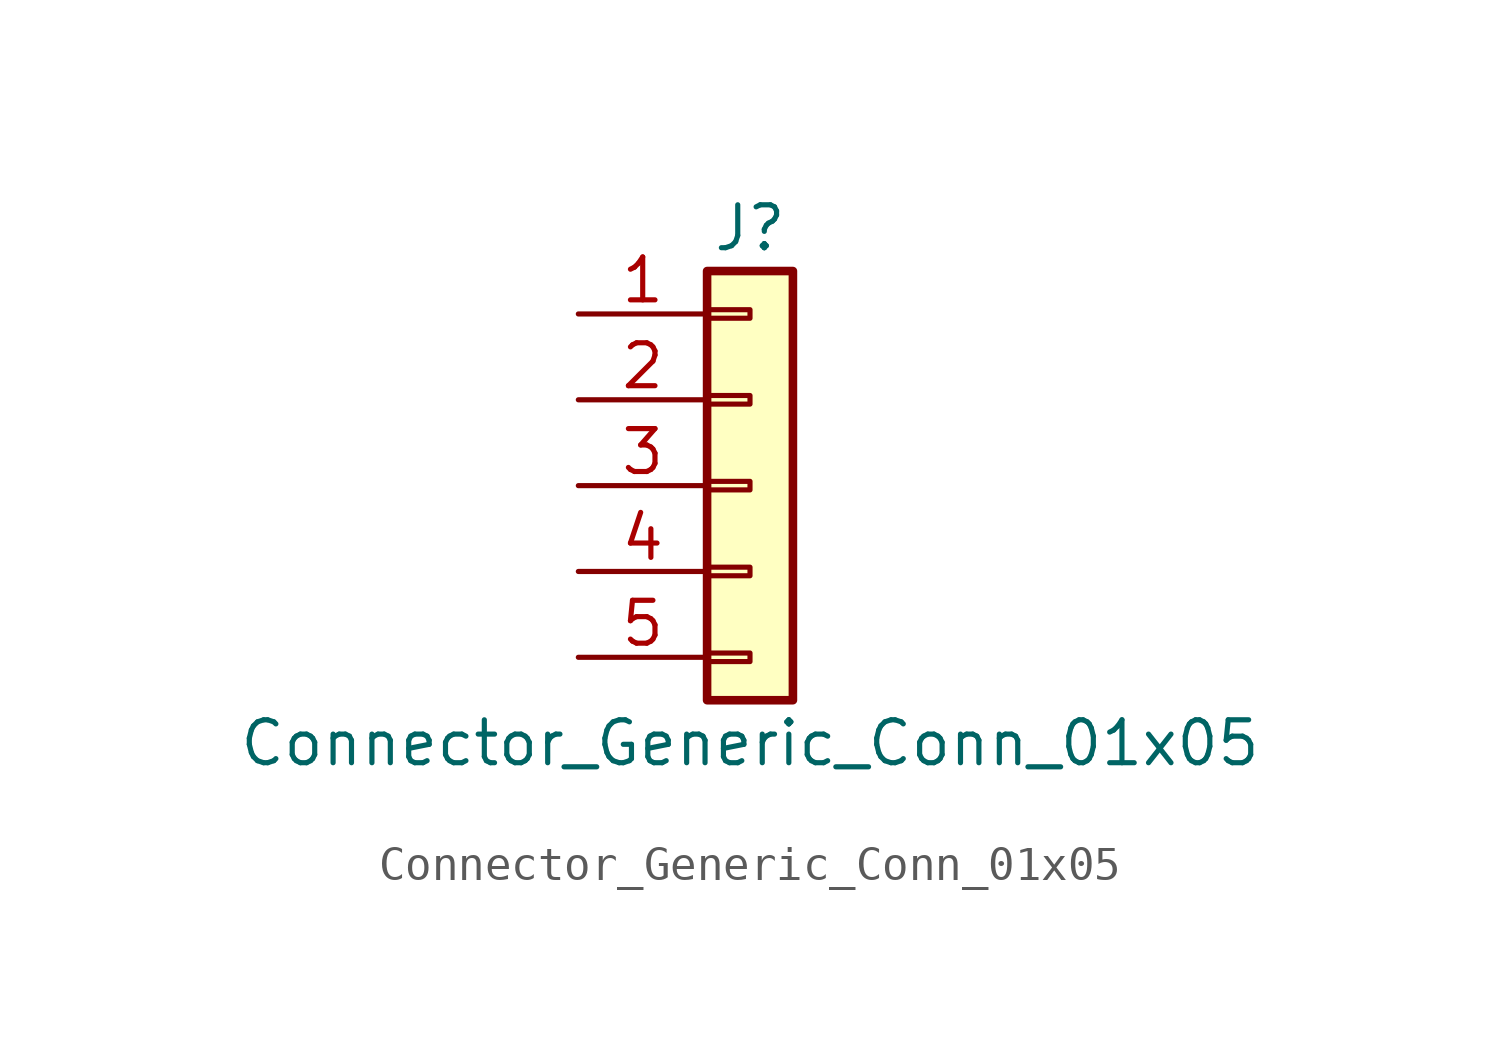
<source format=kicad_sym>
(kicad_symbol_lib
  (version 20220914)
  (generator kicad_symbol_editor)
  (symbol "Connector_Generic_Conn_01x05"
    (pin_names
      (offset 1.016) hide)
    (property "Reference" "J"
      (at 0 7.62 0)
      (effects (font (size 1.27 1.27))))
    (property "Value" "Connector_Generic_Conn_01x05"
      (at 0 -7.62 0)
      (effects (font (size 1.27 1.27))))
    (symbol "Connector_Generic_Conn_01x05_1_1"
      (rectangle (start -1.27 -4.953) (end 0 -5.207) (stroke (width 0.152) (type default)) (fill (type none)))
      (rectangle (start -1.27 -2.413) (end 0 -2.667) (stroke (width 0.152) (type default)) (fill (type none)))
      (rectangle (start -1.27 0.127) (end 0 -0.127) (stroke (width 0.152) (type default)) (fill (type none)))
      (rectangle (start -1.27 2.667) (end 0 2.413) (stroke (width 0.152) (type default)) (fill (type none)))
      (rectangle (start -1.27 5.207) (end 0 4.953) (stroke (width 0.152) (type default)) (fill (type none)))
      (rectangle (start -1.27 6.35) (end 1.27 -6.35) (stroke (width 0.254) (type default)) (fill (type background)))
      (pin passive line (at -5.08 5.08 0) (length 3.81) (name "Pin_1" (effects (font (size 1.27 1.27)))) (number "1" (effects (font (size 1.27 1.27)))))
      (pin passive line (at -5.08 2.54 0) (length 3.81) (name "Pin_2" (effects (font (size 1.27 1.27)))) (number "2" (effects (font (size 1.27 1.27)))))
      (pin passive line (at -5.08 0 0) (length 3.81) (name "Pin_3" (effects (font (size 1.27 1.27)))) (number "3" (effects (font (size 1.27 1.27)))))
      (pin passive line (at -5.08 -2.54 0) (length 3.81) (name "Pin_4" (effects (font (size 1.27 1.27)))) (number "4" (effects (font (size 1.27 1.27)))))
      (pin passive line (at -5.08 -5.08 0) (length 3.81) (name "Pin_5" (effects (font (size 1.27 1.27)))) (number "5" (effects (font (size 1.27 1.27))))))))
</source>
